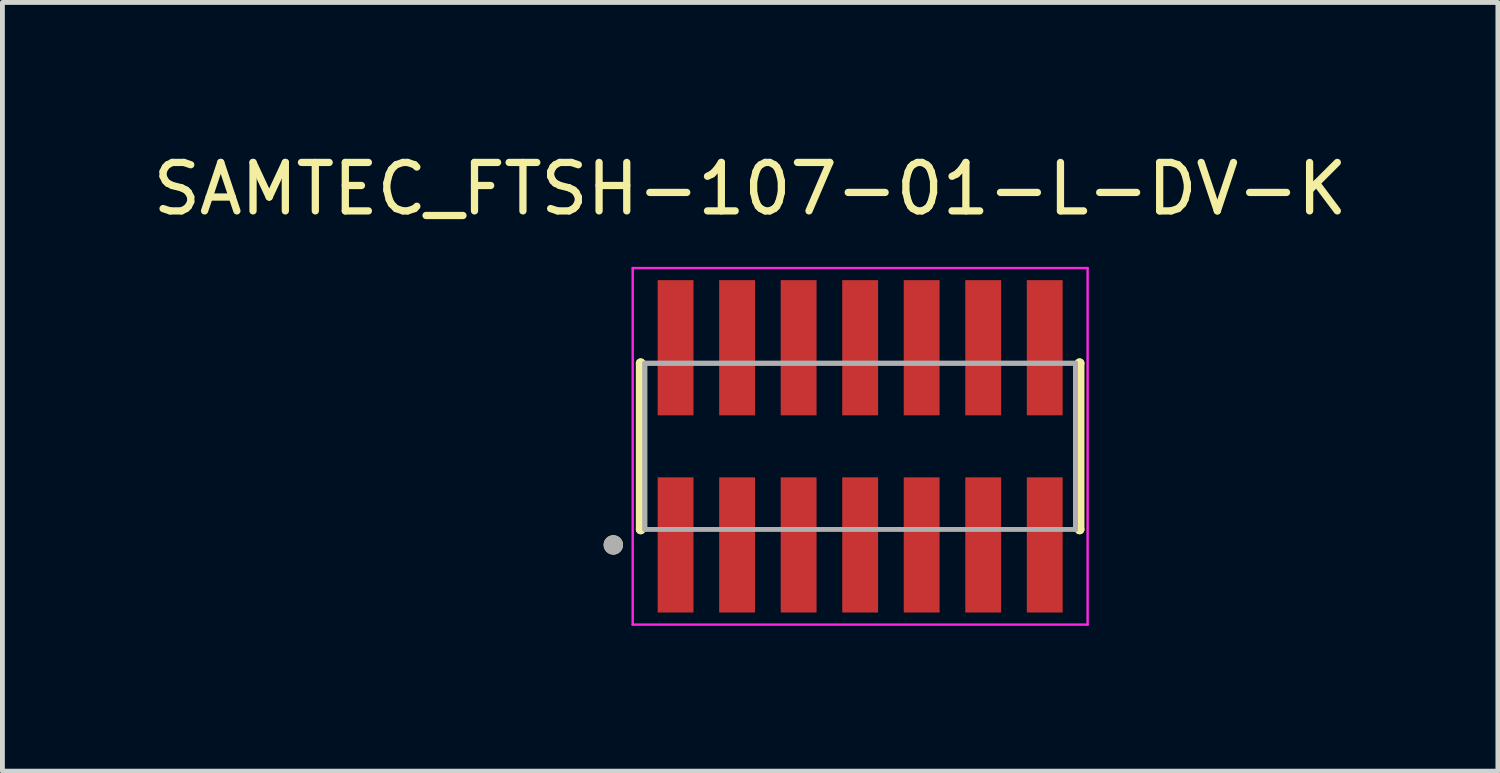
<source format=kicad_pcb>
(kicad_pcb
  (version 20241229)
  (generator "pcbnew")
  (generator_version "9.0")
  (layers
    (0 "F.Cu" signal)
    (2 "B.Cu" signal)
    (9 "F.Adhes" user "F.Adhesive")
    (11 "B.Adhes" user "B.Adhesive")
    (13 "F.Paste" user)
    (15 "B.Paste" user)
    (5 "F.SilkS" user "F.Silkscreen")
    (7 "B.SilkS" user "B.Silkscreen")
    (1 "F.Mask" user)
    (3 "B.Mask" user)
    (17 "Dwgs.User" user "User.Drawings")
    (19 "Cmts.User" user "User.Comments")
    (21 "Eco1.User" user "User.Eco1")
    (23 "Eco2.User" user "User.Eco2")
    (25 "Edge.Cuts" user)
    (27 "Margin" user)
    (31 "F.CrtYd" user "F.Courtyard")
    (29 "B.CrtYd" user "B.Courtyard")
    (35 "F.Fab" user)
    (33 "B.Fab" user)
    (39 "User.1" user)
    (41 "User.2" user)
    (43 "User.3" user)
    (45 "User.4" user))
  (footprint "SAMTEC_FTSH-107-01-L-DV-K"
    (layer "F.Cu")
    (at 14.705 6.163)
    (property "Reference" "SAMTEC_FTSH-107-01-L-DV-K" (at -2.27 -5.315 0) (layer "F.SilkS") (effects (font (size 1 1) (thickness 0.15))))
    (attr smd)
    (fp_line (start -4.53 -1.715) (end -4.53 -1.715) (stroke (width 0.2) (type solid)) (layer "F.SilkS"))
    (fp_line (start -4.53 1.715) (end -4.53 -1.715) (stroke (width 0.2) (type solid)) (layer "F.SilkS"))
    (fp_line (start -4.53 1.715) (end -4.53 1.715) (stroke (width 0.2) (type solid)) (layer "F.SilkS"))
    (fp_line (start 4.53 -1.715) (end 4.53 -1.715) (stroke (width 0.2) (type solid)) (layer "F.SilkS"))
    (fp_line (start 4.53 -1.715) (end 4.53 1.715) (stroke (width 0.2) (type solid)) (layer "F.SilkS"))
    (fp_line (start 4.53 1.715) (end 4.53 1.715) (stroke (width 0.2) (type solid)) (layer "F.SilkS"))
    (fp_circle (center -5.095 2.035) (end -4.995 2.035) (stroke (width 0.2) (type solid)) (fill no) (layer "F.SilkS"))
    (fp_line (start -4.695 -3.68) (end 4.695 -3.68) (stroke (width 0.05) (type solid)) (layer "F.CrtYd"))
    (fp_line (start -4.695 3.68) (end -4.695 -3.68) (stroke (width 0.05) (type solid)) (layer "F.CrtYd"))
    (fp_line (start 4.695 -3.68) (end 4.695 3.68) (stroke (width 0.05) (type solid)) (layer "F.CrtYd"))
    (fp_line (start 4.695 3.68) (end -4.695 3.68) (stroke (width 0.05) (type solid)) (layer "F.CrtYd"))
    (fp_line (start -4.445 -1.715) (end 4.445 -1.715) (stroke (width 0.1) (type solid)) (layer "F.Fab"))
    (fp_line (start -4.445 -1.715) (end 4.445 -1.715) (stroke (width 0.1) (type solid)) (layer "F.Fab"))
    (fp_line (start -4.445 1.715) (end -4.445 -1.715) (stroke (width 0.1) (type solid)) (layer "F.Fab"))
    (fp_line (start -4.445 1.715) (end -4.445 -1.715) (stroke (width 0.1) (type solid)) (layer "F.Fab"))
    (fp_line (start 4.445 -1.715) (end 4.445 1.715) (stroke (width 0.1) (type solid)) (layer "F.Fab"))
    (fp_line (start 4.445 -1.715) (end 4.445 1.715) (stroke (width 0.1) (type solid)) (layer "F.Fab"))
    (fp_line (start 4.445 1.715) (end -4.445 1.715) (stroke (width 0.1) (type solid)) (layer "F.Fab"))
    (fp_circle (center -5.095 2.035) (end -4.995 2.035) (stroke (width 0.2) (type solid)) (fill no) (layer "F.Fab"))
    (pad "1" smd rect (at -3.81 2.035) (size 0.74 2.79) (layers "F.Cu" "F.Mask" "F.Paste"))
    (pad "2" smd rect (at -3.81 -2.035) (size 0.74 2.79) (layers "F.Cu" "F.Mask" "F.Paste"))
    (pad "3" smd rect (at -2.54 2.035) (size 0.74 2.79) (layers "F.Cu" "F.Mask" "F.Paste"))
    (pad "4" smd rect (at -2.54 -2.035) (size 0.74 2.79) (layers "F.Cu" "F.Mask" "F.Paste"))
    (pad "5" smd rect (at -1.27 2.035) (size 0.74 2.79) (layers "F.Cu" "F.Mask" "F.Paste"))
    (pad "6" smd rect (at -1.27 -2.035) (size 0.74 2.79) (layers "F.Cu" "F.Mask" "F.Paste"))
    (pad "7" smd rect (at 0 2.035) (size 0.74 2.79) (layers "F.Cu" "F.Mask" "F.Paste"))
    (pad "8" smd rect (at 0 -2.035) (size 0.74 2.79) (layers "F.Cu" "F.Mask" "F.Paste"))
    (pad "9" smd rect (at 1.27 2.035) (size 0.74 2.79) (layers "F.Cu" "F.Mask" "F.Paste"))
    (pad "10" smd rect (at 1.27 -2.035) (size 0.74 2.79) (layers "F.Cu" "F.Mask" "F.Paste"))
    (pad "11" smd rect (at 2.54 2.035) (size 0.74 2.79) (layers "F.Cu" "F.Mask" "F.Paste"))
    (pad "12" smd rect (at 2.54 -2.035) (size 0.74 2.79) (layers "F.Cu" "F.Mask" "F.Paste"))
    (pad "13" smd rect (at 3.81 2.035) (size 0.74 2.79) (layers "F.Cu" "F.Mask" "F.Paste"))
    (pad "14" smd rect (at 3.81 -2.035) (size 0.74 2.79) (layers "F.Cu" "F.Mask" "F.Paste")))
  (gr_rect
    (start -3 -3)
    (end 27.869 12.868)
    (stroke (width 0.1) (type default))
    (fill no)
    (layer "Edge.Cuts")))
</source>
